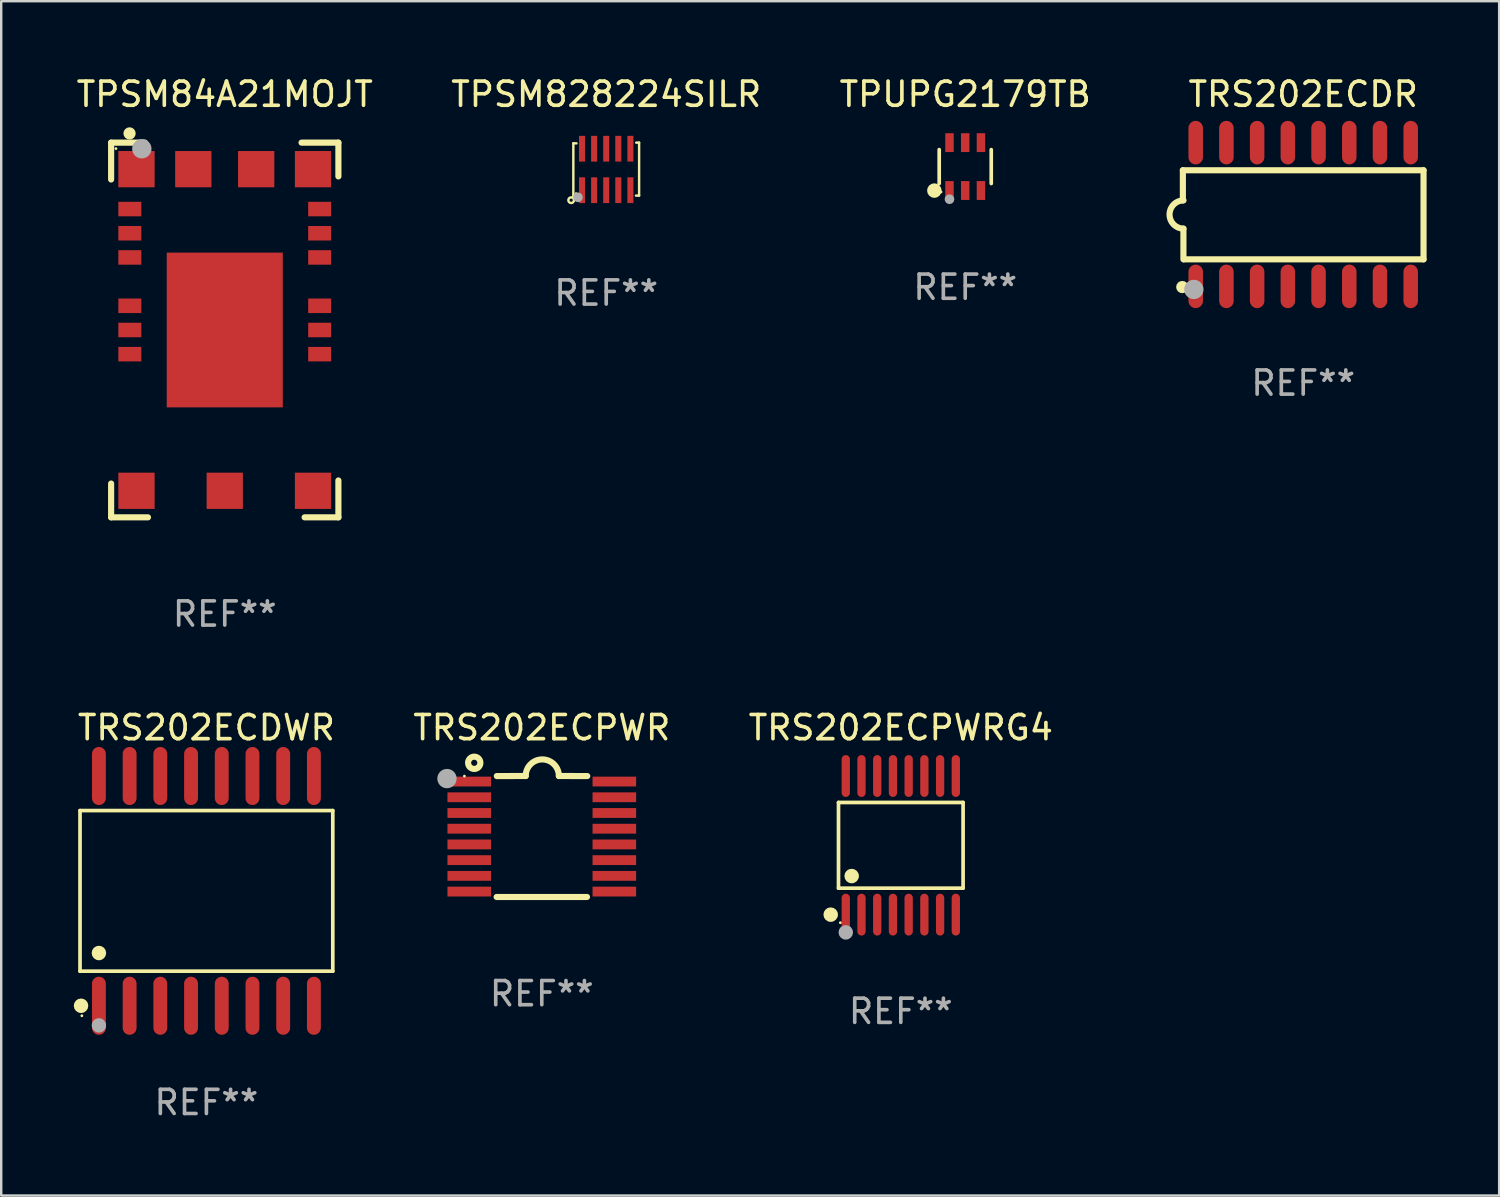
<source format=kicad_pcb>
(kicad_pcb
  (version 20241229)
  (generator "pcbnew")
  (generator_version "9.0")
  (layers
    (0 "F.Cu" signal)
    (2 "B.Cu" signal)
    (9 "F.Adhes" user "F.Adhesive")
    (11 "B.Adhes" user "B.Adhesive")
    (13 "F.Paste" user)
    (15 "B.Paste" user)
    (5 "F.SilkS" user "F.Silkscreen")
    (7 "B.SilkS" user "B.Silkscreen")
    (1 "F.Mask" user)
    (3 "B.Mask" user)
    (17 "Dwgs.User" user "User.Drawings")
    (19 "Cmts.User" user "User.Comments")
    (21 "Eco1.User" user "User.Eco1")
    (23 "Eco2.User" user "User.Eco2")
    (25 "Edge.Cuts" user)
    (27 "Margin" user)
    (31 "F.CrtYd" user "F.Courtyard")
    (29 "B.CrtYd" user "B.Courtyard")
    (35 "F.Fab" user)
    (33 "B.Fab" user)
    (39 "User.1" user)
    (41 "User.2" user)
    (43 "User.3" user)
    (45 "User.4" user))
  (footprint "TRS202ECDR"
    (layer "F.Cu")
    (at 50.839 5.82)
    (property "Reference" "TRS202ECDR" (at 0 -4.972 0) (layer "F.SilkS") (effects (font (size 1 1) (thickness 0.15))))
    (attr through_hole)
    (fp_line (start -4.976 -1.829) (end -4.976 -0.584) (stroke (width 0.254) (type solid)) (layer "F.SilkS"))
    (fp_line (start -4.953 0.584) (end -4.953 1.854) (stroke (width 0.254) (type solid)) (layer "F.SilkS"))
    (fp_line (start -4.928 1.854) (end 4.976 1.854) (stroke (width 0.254) (type solid)) (layer "F.SilkS"))
    (fp_line (start 4.976 -1.829) (end -4.976 -1.829) (stroke (width 0.254) (type solid)) (layer "F.SilkS"))
    (fp_line (start 4.976 1.854) (end 4.976 -1.829) (stroke (width 0.254) (type solid)) (layer "F.SilkS"))
    (fp_arc (start -4.95301 0.584201) (mid -5.533866 -0.00152) (end -4.950088 -0.584329) (stroke (width 0.254001) (type solid)) (layer "F.SilkS"))
    (fp_circle (center -5 3) (end -4.873 3) (stroke (width 0.254) (type solid)) (fill no) (layer "F.SilkS"))
    (fp_circle (center -4.521 3.099) (end -4.321 3.099) (stroke (width 0.4) (type solid)) (fill no) (layer "F.Fab"))
    (fp_text user "REF**" (at 0 6.972 0) (layer "F.Fab") (effects (font (size 1 1) (thickness 0.15))))
    (pad "1" smd oval (at -4.445 2.972 180) (size 0.6 1.8) (layers "F.Cu" "F.Mask" "F.Paste"))
    (pad "2" smd oval (at -3.175 2.972 180) (size 0.6 1.8) (layers "F.Cu" "F.Mask" "F.Paste"))
    (pad "3" smd oval (at -1.905 2.972 180) (size 0.6 1.8) (layers "F.Cu" "F.Mask" "F.Paste"))
    (pad "4" smd oval (at -0.635 2.972 180) (size 0.6 1.8) (layers "F.Cu" "F.Mask" "F.Paste"))
    (pad "5" smd oval (at 0.635 2.972 180) (size 0.6 1.8) (layers "F.Cu" "F.Mask" "F.Paste"))
    (pad "6" smd oval (at 1.905 2.972 180) (size 0.6 1.8) (layers "F.Cu" "F.Mask" "F.Paste"))
    (pad "7" smd oval (at 3.175 2.972 180) (size 0.6 1.8) (layers "F.Cu" "F.Mask" "F.Paste"))
    (pad "8" smd oval (at 4.445 2.972 180) (size 0.6 1.8) (layers "F.Cu" "F.Mask" "F.Paste"))
    (pad "9" smd oval (at 4.445 -2.972 180) (size 0.6 1.8) (layers "F.Cu" "F.Mask" "F.Paste"))
    (pad "10" smd oval (at 3.175 -2.972 180) (size 0.6 1.8) (layers "F.Cu" "F.Mask" "F.Paste"))
    (pad "11" smd oval (at 1.905 -2.972 180) (size 0.6 1.8) (layers "F.Cu" "F.Mask" "F.Paste"))
    (pad "12" smd oval (at 0.635 -2.972 180) (size 0.6 1.8) (layers "F.Cu" "F.Mask" "F.Paste"))
    (pad "13" smd oval (at -0.635 -2.972 180) (size 0.6 1.8) (layers "F.Cu" "F.Mask" "F.Paste"))
    (pad "14" smd oval (at -1.905 -2.972 180) (size 0.6 1.8) (layers "F.Cu" "F.Mask" "F.Paste"))
    (pad "15" smd oval (at -3.175 -2.972 180) (size 0.6 1.8) (layers "F.Cu" "F.Mask" "F.Paste"))
    (pad "16" smd oval (at -4.445 -2.972 180) (size 0.6 1.8) (layers "F.Cu" "F.Mask" "F.Paste")))
  (footprint "TPSM84A21MOJT"
    (layer "F.Cu")
    (at 6.244 10.595)
    (property "Reference" "TPSM84A21MOJT" (at 0 -9.747 0) (layer "F.SilkS") (effects (font (size 1 1) (thickness 0.15))))
    (attr through_hole)
    (fp_line (start -4.699 -7.747) (end -4.699 -6.223) (stroke (width 0.254) (type solid)) (layer "F.SilkS"))
    (fp_line (start -4.699 6.35) (end -4.699 7.747) (stroke (width 0.254) (type solid)) (layer "F.SilkS"))
    (fp_line (start -4.699 7.747) (end -3.175 7.747) (stroke (width 0.254) (type solid)) (layer "F.SilkS"))
    (fp_line (start -3.302 -7.747) (end -4.699 -7.747) (stroke (width 0.254) (type solid)) (layer "F.SilkS"))
    (fp_line (start 3.302 7.747) (end 4.699 7.747) (stroke (width 0.254) (type solid)) (layer "F.SilkS"))
    (fp_line (start 4.699 -7.747) (end 3.175 -7.747) (stroke (width 0.254) (type solid)) (layer "F.SilkS"))
    (fp_line (start 4.699 -6.35) (end 4.699 -7.747) (stroke (width 0.254) (type solid)) (layer "F.SilkS"))
    (fp_line (start 4.699 7.747) (end 4.699 6.223) (stroke (width 0.254) (type solid)) (layer "F.SilkS"))
    (fp_circle (center -4.5 -7.5) (end -4.47 -7.5) (stroke (width 0.06) (type solid)) (fill no) (layer "F.SilkS"))
    (fp_circle (center -3.937 -8.128) (end -3.81 -8.128) (stroke (width 0.254) (type solid)) (fill no) (layer "F.SilkS"))
    (fp_circle (center -3.429 -7.493) (end -3.229 -7.493) (stroke (width 0.4) (type solid)) (fill no) (layer "F.Fab"))
    (fp_text user "REF**" (at 0 11.747 0) (layer "F.Fab") (effects (font (size 1 1) (thickness 0.15))))
    (pad "1" smd rect (at -3.65 -6.65) (size 1.5 1.5) (layers "F.Cu" "F.Mask" "F.Paste"))
    (pad "2" smd rect (at -3.925 -5) (size 0.95 0.6) (layers "F.Cu" "F.Mask" "F.Paste"))
    (pad "3" smd rect (at -3.925 -4) (size 0.95 0.6) (layers "F.Cu" "F.Mask" "F.Paste"))
    (pad "4" smd rect (at -3.925 -3) (size 0.95 0.6) (layers "F.Cu" "F.Mask" "F.Paste"))
    (pad "5" smd rect (at -3.925 -1) (size 0.95 0.6) (layers "F.Cu" "F.Mask" "F.Paste"))
    (pad "6" smd rect (at -3.925 0) (size 0.95 0.6) (layers "F.Cu" "F.Mask" "F.Paste"))
    (pad "7" smd rect (at -3.925 1) (size 0.95 0.6) (layers "F.Cu" "F.Mask" "F.Paste"))
    (pad "8" smd rect (at -3.65 6.65) (size 1.5 1.5) (layers "F.Cu" "F.Mask" "F.Paste"))
    (pad "9" smd rect (at 0 6.65) (size 1.5 1.5) (layers "F.Cu" "F.Mask" "F.Paste"))
    (pad "10" smd rect (at 3.65 6.65) (size 1.5 1.5) (layers "F.Cu" "F.Mask" "F.Paste"))
    (pad "11" smd rect (at 3.925 1) (size 0.95 0.6) (layers "F.Cu" "F.Mask" "F.Paste"))
    (pad "12" smd rect (at 3.925 0) (size 0.95 0.6) (layers "F.Cu" "F.Mask" "F.Paste"))
    (pad "13" smd rect (at 3.925 -1) (size 0.95 0.6) (layers "F.Cu" "F.Mask" "F.Paste"))
    (pad "14" smd rect (at 3.925 -3) (size 0.95 0.6) (layers "F.Cu" "F.Mask" "F.Paste"))
    (pad "15" smd rect (at 3.925 -4) (size 0.95 0.6) (layers "F.Cu" "F.Mask" "F.Paste"))
    (pad "16" smd rect (at 3.925 -5) (size 0.95 0.6) (layers "F.Cu" "F.Mask" "F.Paste"))
    (pad "17" smd rect (at 3.65 -6.65) (size 1.5 1.5) (layers "F.Cu" "F.Mask" "F.Paste"))
    (pad "18" smd rect (at 1.3 -6.65) (size 1.5 1.5) (layers "F.Cu" "F.Mask" "F.Paste"))
    (pad "19" smd rect (at -1.3 -6.65) (size 1.5 1.5) (layers "F.Cu" "F.Mask" "F.Paste"))
    (pad "20" smd rect (at 0 0) (size 4.8 6.4) (layers "F.Cu" "F.Mask" "F.Paste")))
  (footprint "TRS202ECPWR"
    (layer "F.Cu")
    (at 19.354 31.54)
    (property "Reference" "TRS202ECPWR" (at 0 -4.501 0) (layer "F.SilkS") (effects (font (size 1 1) (thickness 0.15))))
    (attr through_hole)
    (fp_line (start -1.868 2.501) (end 1.868 2.501) (stroke (width 0.254) (type solid)) (layer "F.SilkS"))
    (fp_line (start -1.86 -2.499) (end -0.666 -2.501) (stroke (width 0.254) (type solid)) (layer "F.SilkS"))
    (fp_line (start 0.706 -2.501) (end 1.88 -2.499) (stroke (width 0.254) (type solid)) (layer "F.SilkS"))
    (fp_arc (start -0.665914 -2.501448) (mid 0.019888 -3.18725) (end 0.70569 -2.501448) (stroke (width 0.254001) (type solid)) (layer "F.SilkS"))
    (fp_circle (center -3.2 -2.497) (end -3.17 -2.497) (stroke (width 0.06) (type solid)) (fill no) (layer "F.SilkS"))
    (fp_circle (center -2.794 -3.047) (end -2.54 -3.047) (stroke (width 0.254) (type solid)) (fill no) (layer "F.SilkS"))
    (fp_circle (center -3.921 -2.395) (end -3.721 -2.395) (stroke (width 0.4) (type solid)) (fill no) (layer "F.Fab"))
    (fp_text user "REF**" (at 0 6.501 0) (layer "F.Fab") (effects (font (size 1 1) (thickness 0.15))))
    (pad "1" smd rect (at -3 -2.272) (size 1.803 0.406) (layers "F.Cu" "F.Mask" "F.Paste"))
    (pad "2" smd rect (at -3 -1.622) (size 1.803 0.406) (layers "F.Cu" "F.Mask" "F.Paste"))
    (pad "3" smd rect (at -3 -0.972) (size 1.803 0.406) (layers "F.Cu" "F.Mask" "F.Paste"))
    (pad "4" smd rect (at -3 -0.322) (size 1.803 0.406) (layers "F.Cu" "F.Mask" "F.Paste"))
    (pad "5" smd rect (at -3 0.328) (size 1.803 0.406) (layers "F.Cu" "F.Mask" "F.Paste"))
    (pad "6" smd rect (at -3 0.978) (size 1.803 0.406) (layers "F.Cu" "F.Mask" "F.Paste"))
    (pad "7" smd rect (at -3 1.628) (size 1.803 0.406) (layers "F.Cu" "F.Mask" "F.Paste"))
    (pad "8" smd rect (at -3 2.278) (size 1.803 0.406) (layers "F.Cu" "F.Mask" "F.Paste"))
    (pad "9" smd rect (at 3 2.278) (size 1.803 0.406) (layers "F.Cu" "F.Mask" "F.Paste"))
    (pad "10" smd rect (at 3 1.628) (size 1.803 0.406) (layers "F.Cu" "F.Mask" "F.Paste"))
    (pad "11" smd rect (at 3 0.978) (size 1.803 0.406) (layers "F.Cu" "F.Mask" "F.Paste"))
    (pad "12" smd rect (at 3 0.328) (size 1.803 0.406) (layers "F.Cu" "F.Mask" "F.Paste"))
    (pad "13" smd rect (at 3 -0.322) (size 1.803 0.406) (layers "F.Cu" "F.Mask" "F.Paste"))
    (pad "14" smd rect (at 3 -0.972) (size 1.803 0.406) (layers "F.Cu" "F.Mask" "F.Paste"))
    (pad "15" smd rect (at 3 -1.622) (size 1.803 0.406) (layers "F.Cu" "F.Mask" "F.Paste"))
    (pad "16" smd rect (at 3 -2.272) (size 1.803 0.406) (layers "F.Cu" "F.Mask" "F.Paste")))
  (footprint "TRS202ECDWR"
    (layer "F.Cu")
    (at 5.485 33.789)
    (property "Reference" "TRS202ECDWR" (at 0 -6.75 0) (layer "F.SilkS") (effects (font (size 1 1) (thickness 0.15))))
    (attr through_hole)
    (fp_line (start -5.226 -3.321) (end 5.226 -3.321) (stroke (width 0.152) (type solid)) (layer "F.SilkS"))
    (fp_line (start -5.226 3.321) (end -5.226 -3.321) (stroke (width 0.152) (type solid)) (layer "F.SilkS"))
    (fp_line (start 5.226 -3.321) (end 5.226 3.321) (stroke (width 0.152) (type solid)) (layer "F.SilkS"))
    (fp_line (start 5.226 3.321) (end -5.226 3.321) (stroke (width 0.152) (type solid)) (layer "F.SilkS"))
    (fp_circle (center -5.184 4.75) (end -5.034 4.75) (stroke (width 0.3) (type solid)) (fill no) (layer "F.SilkS"))
    (fp_circle (center -5.15 5.163) (end -5.12 5.163) (stroke (width 0.06) (type solid)) (fill no) (layer "F.SilkS"))
    (fp_circle (center -4.445 2.569) (end -4.295 2.569) (stroke (width 0.3) (type solid)) (fill no) (layer "F.SilkS"))
    (fp_circle (center -4.445 5.563) (end -4.295 5.563) (stroke (width 0.3) (type solid)) (fill no) (layer "F.Fab"))
    (fp_text user "REF**" (at 0 8.75 0) (layer "F.Fab") (effects (font (size 1 1) (thickness 0.15))))
    (pad "1" smd oval (at -4.445 4.75) (size 0.574 2.401) (layers "F.Cu" "F.Mask" "F.Paste"))
    (pad "2" smd oval (at -3.175 4.75) (size 0.574 2.401) (layers "F.Cu" "F.Mask" "F.Paste"))
    (pad "3" smd oval (at -1.905 4.75) (size 0.574 2.401) (layers "F.Cu" "F.Mask" "F.Paste"))
    (pad "4" smd oval (at -0.635 4.75) (size 0.574 2.401) (layers "F.Cu" "F.Mask" "F.Paste"))
    (pad "5" smd oval (at 0.635 4.75) (size 0.574 2.401) (layers "F.Cu" "F.Mask" "F.Paste"))
    (pad "6" smd oval (at 1.905 4.75) (size 0.574 2.401) (layers "F.Cu" "F.Mask" "F.Paste"))
    (pad "7" smd oval (at 3.175 4.75) (size 0.574 2.401) (layers "F.Cu" "F.Mask" "F.Paste"))
    (pad "8" smd oval (at 4.445 4.75) (size 0.574 2.401) (layers "F.Cu" "F.Mask" "F.Paste"))
    (pad "9" smd oval (at 4.445 -4.75) (size 0.574 2.401) (layers "F.Cu" "F.Mask" "F.Paste"))
    (pad "10" smd oval (at 3.175 -4.75) (size 0.574 2.401) (layers "F.Cu" "F.Mask" "F.Paste"))
    (pad "11" smd oval (at 1.905 -4.75) (size 0.574 2.401) (layers "F.Cu" "F.Mask" "F.Paste"))
    (pad "12" smd oval (at 0.635 -4.75) (size 0.574 2.401) (layers "F.Cu" "F.Mask" "F.Paste"))
    (pad "13" smd oval (at -0.635 -4.75) (size 0.574 2.401) (layers "F.Cu" "F.Mask" "F.Paste"))
    (pad "14" smd oval (at -1.905 -4.75) (size 0.574 2.401) (layers "F.Cu" "F.Mask" "F.Paste"))
    (pad "15" smd oval (at -3.175 -4.75) (size 0.574 2.401) (layers "F.Cu" "F.Mask" "F.Paste"))
    (pad "16" smd oval (at -4.445 -4.75) (size 0.574 2.401) (layers "F.Cu" "F.Mask" "F.Paste")))
  (footprint "TPSM828224SILR"
    (layer "F.Cu")
    (at 22.018 3.958)
    (property "Reference" "TPSM828224SILR" (at 0 -3.11 0) (layer "F.SilkS") (effects (font (size 1 1) (thickness 0.15))))
    (attr through_hole)
    (fp_line (start -1.36 -1.08) (end -1.23 -1.08) (stroke (width 0.1) (type solid)) (layer "F.SilkS"))
    (fp_line (start -1.36 1.11) (end -1.36 -1.08) (stroke (width 0.1) (type solid)) (layer "F.SilkS"))
    (fp_line (start -1.24 1.11) (end -1.36 1.11) (stroke (width 0.1) (type solid)) (layer "F.SilkS"))
    (fp_line (start 1.24 -1.11) (end 1.36 -1.11) (stroke (width 0.1) (type solid)) (layer "F.SilkS"))
    (fp_line (start 1.36 -1.11) (end 1.36 1.08) (stroke (width 0.1) (type solid)) (layer "F.SilkS"))
    (fp_line (start 1.36 1.08) (end 1.23 1.08) (stroke (width 0.1) (type solid)) (layer "F.SilkS"))
    (fp_circle (center -1.45 1.27) (end -1.333 1.27) (stroke (width 0.1) (type solid)) (fill no) (layer "F.SilkS"))
    (fp_circle (center -1.25 1) (end -1.22 1) (stroke (width 0.06) (type solid)) (fill no) (layer "F.SilkS"))
    (fp_circle (center -1.17 1.15) (end -1.07 1.15) (stroke (width 0.2) (type solid)) (fill no) (layer "F.Fab"))
    (fp_text user "REF**" (at 0 5.11 0) (layer "F.Fab") (effects (font (size 1 1) (thickness 0.15))))
    (pad "1" smd rect (at -1 0.857) (size 0.25 1.065) (layers "F.Cu" "F.Mask" "F.Paste"))
    (pad "2" smd rect (at -0.5 0.857) (size 0.25 1.065) (layers "F.Cu" "F.Mask" "F.Paste"))
    (pad "3" smd rect (at -0.000013 0.857) (size 0.25 1.065) (layers "F.Cu" "F.Mask" "F.Paste"))
    (pad "4" smd rect (at 0.5 0.857) (size 0.25 1.065) (layers "F.Cu" "F.Mask" "F.Paste"))
    (pad "5" smd rect (at 1 0.857) (size 0.25 1.065) (layers "F.Cu" "F.Mask" "F.Paste"))
    (pad "6" smd rect (at 1 -0.858) (size 0.25 1.065) (layers "F.Cu" "F.Mask" "F.Paste"))
    (pad "7" smd rect (at 0.5 -0.858) (size 0.25 1.065) (layers "F.Cu" "F.Mask" "F.Paste"))
    (pad "8" smd rect (at -0.000013 -0.858) (size 0.25 1.065) (layers "F.Cu" "F.Mask" "F.Paste"))
    (pad "9" smd rect (at -0.5 -0.858) (size 0.25 1.065) (layers "F.Cu" "F.Mask" "F.Paste"))
    (pad "10" smd rect (at -1 -0.858) (size 0.25 1.065) (layers "F.Cu" "F.Mask" "F.Paste")))
  (footprint "TRS202ECPWRG4"
    (layer "F.Cu")
    (at 34.199 31.905)
    (property "Reference" "TRS202ECPWRG4" (at 0 -4.866 0) (layer "F.SilkS") (effects (font (size 1 1) (thickness 0.15))))
    (attr through_hole)
    (fp_line (start -2.576 -1.772) (end 2.576 -1.772) (stroke (width 0.152) (type solid)) (layer "F.SilkS"))
    (fp_line (start -2.576 1.771) (end -2.576 -1.772) (stroke (width 0.152) (type solid)) (layer "F.SilkS"))
    (fp_line (start 2.576 -1.772) (end 2.576 1.771) (stroke (width 0.152) (type solid)) (layer "F.SilkS"))
    (fp_line (start 2.576 1.771) (end -2.576 1.771) (stroke (width 0.152) (type solid)) (layer "F.SilkS"))
    (fp_circle (center -2.899 2.866) (end -2.749 2.866) (stroke (width 0.3) (type solid)) (fill no) (layer "F.SilkS"))
    (fp_circle (center -2.5 3.2) (end -2.47 3.2) (stroke (width 0.06) (type solid)) (fill no) (layer "F.SilkS"))
    (fp_circle (center -2.032 1.27) (end -1.882 1.27) (stroke (width 0.3) (type solid)) (fill no) (layer "F.SilkS"))
    (fp_circle (center -2.275 3.6) (end -2.125 3.6) (stroke (width 0.3) (type solid)) (fill no) (layer "F.Fab"))
    (fp_text user "REF**" (at 0 6.866 0) (layer "F.Fab") (effects (font (size 1 1) (thickness 0.15))))
    (pad "1" smd oval (at -2.275 2.866) (size 0.343 1.731) (layers "F.Cu" "F.Mask" "F.Paste"))
    (pad "2" smd oval (at -1.625 2.866) (size 0.343 1.731) (layers "F.Cu" "F.Mask" "F.Paste"))
    (pad "3" smd oval (at -0.975 2.866) (size 0.343 1.731) (layers "F.Cu" "F.Mask" "F.Paste"))
    (pad "4" smd oval (at -0.325 2.866) (size 0.343 1.731) (layers "F.Cu" "F.Mask" "F.Paste"))
    (pad "5" smd oval (at 0.325 2.866) (size 0.343 1.731) (layers "F.Cu" "F.Mask" "F.Paste"))
    (pad "6" smd oval (at 0.975 2.866) (size 0.343 1.731) (layers "F.Cu" "F.Mask" "F.Paste"))
    (pad "7" smd oval (at 1.625 2.866) (size 0.343 1.731) (layers "F.Cu" "F.Mask" "F.Paste"))
    (pad "8" smd oval (at 2.275 2.866) (size 0.343 1.731) (layers "F.Cu" "F.Mask" "F.Paste"))
    (pad "9" smd oval (at 2.275 -2.866) (size 0.343 1.731) (layers "F.Cu" "F.Mask" "F.Paste"))
    (pad "10" smd oval (at 1.625 -2.866) (size 0.343 1.731) (layers "F.Cu" "F.Mask" "F.Paste"))
    (pad "11" smd oval (at 0.975 -2.866) (size 0.343 1.731) (layers "F.Cu" "F.Mask" "F.Paste"))
    (pad "12" smd oval (at 0.325 -2.866) (size 0.343 1.731) (layers "F.Cu" "F.Mask" "F.Paste"))
    (pad "13" smd oval (at -0.325 -2.866) (size 0.343 1.731) (layers "F.Cu" "F.Mask" "F.Paste"))
    (pad "14" smd oval (at -0.975 -2.866) (size 0.343 1.731) (layers "F.Cu" "F.Mask" "F.Paste"))
    (pad "15" smd oval (at -1.625 -2.866) (size 0.343 1.731) (layers "F.Cu" "F.Mask" "F.Paste"))
    (pad "16" smd oval (at -2.275 -2.866) (size 0.343 1.731) (layers "F.Cu" "F.Mask" "F.Paste")))
  (footprint "TPUPG2179TB"
    (layer "F.Cu")
    (at 36.863 3.838)
    (property "Reference" "TPUPG2179TB" (at 0 -2.99 0) (layer "F.SilkS") (effects (font (size 1 1) (thickness 0.15))))
    (attr through_hole)
    (fp_line (start -1.076 0.701) (end -1.076 -0.701) (stroke (width 0.152) (type solid)) (layer "F.SilkS"))
    (fp_line (start 1.076 0.701) (end 1.076 -0.701) (stroke (width 0.152) (type solid)) (layer "F.SilkS"))
    (fp_circle (center -1.277 0.992) (end -1.127 0.992) (stroke (width 0.3) (type solid)) (fill no) (layer "F.SilkS"))
    (fp_circle (center -1 1.05) (end -0.97 1.05) (stroke (width 0.06) (type solid)) (fill no) (layer "F.SilkS"))
    (fp_circle (center -0.65 1.35) (end -0.55 1.35) (stroke (width 0.2) (type solid)) (fill no) (layer "F.Fab"))
    (fp_text user "REF**" (at 0 4.99 0) (layer "F.Fab") (effects (font (size 1 1) (thickness 0.15))))
    (pad "1" smd rect (at -0.65 0.99) (size 0.35 0.78) (layers "F.Cu" "F.Mask" "F.Paste"))
    (pad "2" smd rect (at 0 0.99) (size 0.35 0.78) (layers "F.Cu" "F.Mask" "F.Paste"))
    (pad "3" smd rect (at 0.65 0.99) (size 0.35 0.78) (layers "F.Cu" "F.Mask" "F.Paste"))
    (pad "4" smd rect (at 0.65 -0.99) (size 0.35 0.78) (layers "F.Cu" "F.Mask" "F.Paste"))
    (pad "5" smd rect (at 0 -0.99) (size 0.35 0.78) (layers "F.Cu" "F.Mask" "F.Paste"))
    (pad "6" smd rect (at -0.65 -0.99) (size 0.35 0.78) (layers "F.Cu" "F.Mask" "F.Paste")))
  (gr_rect
    (start -3 -3)
    (end 58.942 46.388)
    (stroke (width 0.1) (type default))
    (fill no)
    (layer "Edge.Cuts")))
</source>
